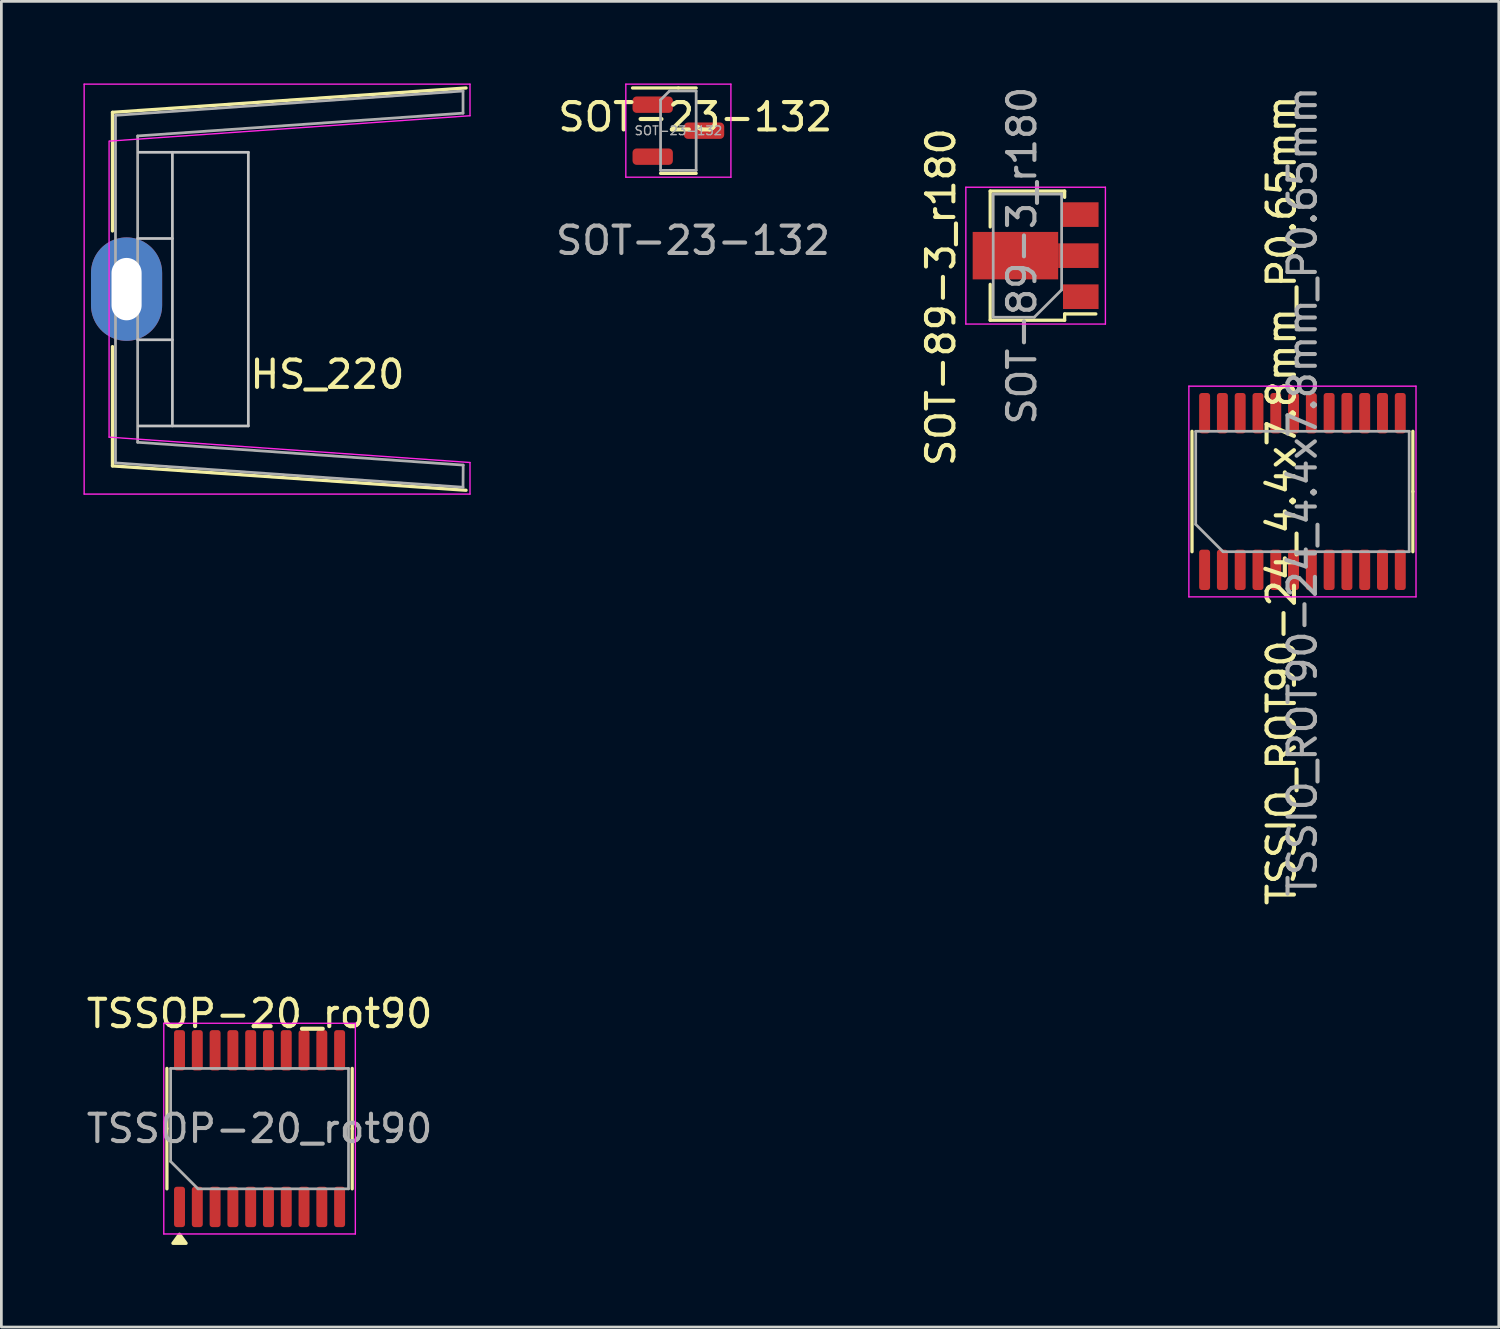
<source format=kicad_pcb>
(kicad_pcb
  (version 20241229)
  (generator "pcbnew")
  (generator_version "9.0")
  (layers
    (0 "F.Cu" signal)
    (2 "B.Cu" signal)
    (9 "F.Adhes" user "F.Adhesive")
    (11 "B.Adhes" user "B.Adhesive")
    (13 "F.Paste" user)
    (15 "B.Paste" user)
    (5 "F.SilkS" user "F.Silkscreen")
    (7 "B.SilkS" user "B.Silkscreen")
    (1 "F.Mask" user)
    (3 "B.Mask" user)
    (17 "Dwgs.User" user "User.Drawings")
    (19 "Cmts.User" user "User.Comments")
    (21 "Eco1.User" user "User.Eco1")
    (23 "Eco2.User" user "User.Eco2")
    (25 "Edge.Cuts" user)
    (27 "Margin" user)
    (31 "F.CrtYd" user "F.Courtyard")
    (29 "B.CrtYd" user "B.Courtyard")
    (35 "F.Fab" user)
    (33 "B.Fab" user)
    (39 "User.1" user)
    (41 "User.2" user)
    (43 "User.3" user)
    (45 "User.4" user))
  (footprint "SOT-23-132"
    (layer "F.Cu")
    (at 21.739 1.725)
    (property "Reference" "SOT-23-132" (at 0.62 -0.5 0) (unlocked yes) (layer "F.SilkS") (effects (font (size 1 1) (thickness 0.15))))
    (attr smd)
    (fp_line (start 0 -1.56) (end -1.675 -1.56) (stroke (width 0.12) (type solid)) (layer "F.SilkS"))
    (fp_line (start 0 -1.56) (end 0.65 -1.56) (stroke (width 0.12) (type solid)) (layer "F.SilkS"))
    (fp_line (start 0 1.56) (end -0.65 1.56) (stroke (width 0.12) (type solid)) (layer "F.SilkS"))
    (fp_line (start 0 1.56) (end 0.65 1.56) (stroke (width 0.12) (type solid)) (layer "F.SilkS"))
    (fp_line (start -1.92 -1.7) (end -1.92 1.7) (stroke (width 0.05) (type solid)) (layer "F.CrtYd"))
    (fp_line (start -1.92 1.7) (end 1.92 1.7) (stroke (width 0.05) (type solid)) (layer "F.CrtYd"))
    (fp_line (start 1.92 -1.7) (end -1.92 -1.7) (stroke (width 0.05) (type solid)) (layer "F.CrtYd"))
    (fp_line (start 1.92 1.7) (end 1.92 -1.7) (stroke (width 0.05) (type solid)) (layer "F.CrtYd"))
    (fp_line (start -0.65 -1.125) (end -0.325 -1.45) (stroke (width 0.1) (type solid)) (layer "F.Fab"))
    (fp_line (start -0.65 1.45) (end -0.65 -1.125) (stroke (width 0.1) (type solid)) (layer "F.Fab"))
    (fp_line (start -0.325 -1.45) (end 0.65 -1.45) (stroke (width 0.1) (type solid)) (layer "F.Fab"))
    (fp_line (start 0.65 -1.45) (end 0.65 1.45) (stroke (width 0.1) (type solid)) (layer "F.Fab"))
    (fp_line (start 0.65 1.45) (end -0.65 1.45) (stroke (width 0.1) (type solid)) (layer "F.Fab"))
    (fp_text user "${REFERENCE}" (at 0.536 4.014 0) (unlocked yes) (layer "F.Fab") (effects (font (size 1 1) (thickness 0.15))))
    (fp_text user "${REFERENCE}" (at 0 0 0) (layer "F.Fab") (effects (font (size 0.32 0.32) (thickness 0.05))))
    (pad "1" smd roundrect (at 0.938 0) (size 1.475 0.6) (layers "F.Cu" "F.Mask" "F.Paste") (roundrect_rratio 0.25))
    (pad "2" smd roundrect (at -0.938 -0.95) (size 1.475 0.6) (layers "F.Cu" "F.Mask" "F.Paste") (roundrect_rratio 0.25))
    (pad "3" smd roundrect (at -0.938 0.95) (size 1.475 0.6) (layers "F.Cu" "F.Mask" "F.Paste") (roundrect_rratio 0.25)))
  (footprint "TSSOP-20_rot90"
    (layer "F.Cu")
    (at 6.435 38.192)
    (property "Reference" "TSSOP-20_rot90" (at 0 -4.2 0) (layer "F.SilkS") (effects (font (size 1 1) (thickness 0.15))))
    (attr smd)
    (fp_line (start -3.385 0) (end -3.385 -2.2) (stroke (width 0.12) (type solid)) (layer "F.SilkS"))
    (fp_line (start -3.385 0) (end -3.385 2.2) (stroke (width 0.12) (type solid)) (layer "F.SilkS"))
    (fp_line (start 3.385 0) (end 3.385 -2.2) (stroke (width 0.12) (type solid)) (layer "F.SilkS"))
    (fp_line (start 3.385 0) (end 3.385 2.2) (stroke (width 0.12) (type solid)) (layer "F.SilkS"))
    (fp_poly (pts (xy -2.925 3.86) (xy -3.165 4.19) (xy -2.685 4.19) (xy -2.925 3.86)) (stroke (width 0.12) (type solid)) (fill yes) (layer "F.SilkS"))
    (fp_line (start -3.5 -3.85) (end -3.5 3.85) (stroke (width 0.05) (type solid)) (layer "F.CrtYd"))
    (fp_line (start -3.5 3.85) (end 3.5 3.85) (stroke (width 0.05) (type solid)) (layer "F.CrtYd"))
    (fp_line (start 3.5 -3.85) (end -3.5 -3.85) (stroke (width 0.05) (type solid)) (layer "F.CrtYd"))
    (fp_line (start 3.5 3.85) (end 3.5 -3.85) (stroke (width 0.05) (type solid)) (layer "F.CrtYd"))
    (fp_line (start -3.25 -2.2) (end 3.25 -2.2) (stroke (width 0.1) (type solid)) (layer "F.Fab"))
    (fp_line (start -3.25 1.2) (end -3.25 -2.2) (stroke (width 0.1) (type solid)) (layer "F.Fab"))
    (fp_line (start -2.25 2.2) (end -3.25 1.2) (stroke (width 0.1) (type solid)) (layer "F.Fab"))
    (fp_line (start 3.25 -2.2) (end 3.25 2.2) (stroke (width 0.1) (type solid)) (layer "F.Fab"))
    (fp_line (start 3.25 2.2) (end -2.25 2.2) (stroke (width 0.1) (type solid)) (layer "F.Fab"))
    (fp_text user "${REFERENCE}" (at 0 0 0) (layer "F.Fab") (effects (font (size 1 1) (thickness 0.15))))
    (pad "1" smd roundrect (at -2.925 2.862 90) (size 1.475 0.4) (layers "F.Cu" "F.Mask" "F.Paste") (roundrect_rratio 0.25))
    (pad "2" smd roundrect (at -2.275 2.862 90) (size 1.475 0.4) (layers "F.Cu" "F.Mask" "F.Paste") (roundrect_rratio 0.25))
    (pad "3" smd roundrect (at -1.625 2.862 90) (size 1.475 0.4) (layers "F.Cu" "F.Mask" "F.Paste") (roundrect_rratio 0.25))
    (pad "4" smd roundrect (at -0.975 2.862 90) (size 1.475 0.4) (layers "F.Cu" "F.Mask" "F.Paste") (roundrect_rratio 0.25))
    (pad "5" smd roundrect (at -0.325 2.862 90) (size 1.475 0.4) (layers "F.Cu" "F.Mask" "F.Paste") (roundrect_rratio 0.25))
    (pad "6" smd roundrect (at 0.325 2.862 90) (size 1.475 0.4) (layers "F.Cu" "F.Mask" "F.Paste") (roundrect_rratio 0.25))
    (pad "7" smd roundrect (at 0.975 2.862 90) (size 1.475 0.4) (layers "F.Cu" "F.Mask" "F.Paste") (roundrect_rratio 0.25))
    (pad "8" smd roundrect (at 1.625 2.862 90) (size 1.475 0.4) (layers "F.Cu" "F.Mask" "F.Paste") (roundrect_rratio 0.25))
    (pad "9" smd roundrect (at 2.275 2.862 90) (size 1.475 0.4) (layers "F.Cu" "F.Mask" "F.Paste") (roundrect_rratio 0.25))
    (pad "10" smd roundrect (at 2.925 2.862 90) (size 1.475 0.4) (layers "F.Cu" "F.Mask" "F.Paste") (roundrect_rratio 0.25))
    (pad "11" smd roundrect (at 2.925 -2.862 90) (size 1.475 0.4) (layers "F.Cu" "F.Mask" "F.Paste") (roundrect_rratio 0.25))
    (pad "12" smd roundrect (at 2.275 -2.862 90) (size 1.475 0.4) (layers "F.Cu" "F.Mask" "F.Paste") (roundrect_rratio 0.25))
    (pad "13" smd roundrect (at 1.625 -2.862 90) (size 1.475 0.4) (layers "F.Cu" "F.Mask" "F.Paste") (roundrect_rratio 0.25))
    (pad "14" smd roundrect (at 0.975 -2.862 90) (size 1.475 0.4) (layers "F.Cu" "F.Mask" "F.Paste") (roundrect_rratio 0.25))
    (pad "15" smd roundrect (at 0.325 -2.862 90) (size 1.475 0.4) (layers "F.Cu" "F.Mask" "F.Paste") (roundrect_rratio 0.25))
    (pad "16" smd roundrect (at -0.325 -2.862 90) (size 1.475 0.4) (layers "F.Cu" "F.Mask" "F.Paste") (roundrect_rratio 0.25))
    (pad "17" smd roundrect (at -0.975 -2.862 90) (size 1.475 0.4) (layers "F.Cu" "F.Mask" "F.Paste") (roundrect_rratio 0.25))
    (pad "18" smd roundrect (at -1.625 -2.862 90) (size 1.475 0.4) (layers "F.Cu" "F.Mask" "F.Paste") (roundrect_rratio 0.25))
    (pad "19" smd roundrect (at -2.275 -2.862 90) (size 1.475 0.4) (layers "F.Cu" "F.Mask" "F.Paste") (roundrect_rratio 0.25))
    (pad "20" smd roundrect (at -2.925 -2.862 90) (size 1.475 0.4) (layers "F.Cu" "F.Mask" "F.Paste") (roundrect_rratio 0.25)))
  (footprint "TSSIO_ROT90-24_4.4x7.8mm_P0.65mm"
    (layer "F.Cu")
    (at 44.544 14.911)
    (property "Reference" "TSSIO_ROT90-24_4.4x7.8mm_P0.65mm" (at -0.765 0.323 90) (unlocked yes) (layer "F.SilkS") (effects (font (size 1 1) (thickness 0.15))))
    (attr smd)
    (fp_line (start -4.035 -2.2) (end -4.035 2.2) (stroke (width 0.12) (type solid)) (layer "F.SilkS"))
    (fp_line (start 4.035 0) (end 4.035 -2.2) (stroke (width 0.12) (type solid)) (layer "F.SilkS"))
    (fp_line (start 4.035 0) (end 4.035 2.2) (stroke (width 0.12) (type solid)) (layer "F.SilkS"))
    (fp_line (start -4.15 -3.85) (end -4.15 3.85) (stroke (width 0.05) (type solid)) (layer "F.CrtYd"))
    (fp_line (start -4.15 3.85) (end 4.15 3.85) (stroke (width 0.05) (type solid)) (layer "F.CrtYd"))
    (fp_line (start 4.15 -3.85) (end -4.15 -3.85) (stroke (width 0.05) (type solid)) (layer "F.CrtYd"))
    (fp_line (start 4.15 3.85) (end 4.15 -3.85) (stroke (width 0.05) (type solid)) (layer "F.CrtYd"))
    (fp_line (start -3.9 -2.2) (end 3.9 -2.2) (stroke (width 0.1) (type solid)) (layer "F.Fab"))
    (fp_line (start -3.9 1.2) (end -3.9 -2.2) (stroke (width 0.1) (type solid)) (layer "F.Fab"))
    (fp_line (start -2.9 2.2) (end -3.9 1.2) (stroke (width 0.1) (type solid)) (layer "F.Fab"))
    (fp_line (start 3.9 -2.2) (end 3.9 2.2) (stroke (width 0.1) (type solid)) (layer "F.Fab"))
    (fp_line (start 3.9 2.2) (end -2.9 2.2) (stroke (width 0.1) (type solid)) (layer "F.Fab"))
    (fp_text user "${REFERENCE}" (at 0 0 90) (layer "F.Fab") (effects (font (size 1 1) (thickness 0.15))))
    (pad "1" smd roundrect (at -3.575 2.862 90) (size 1.475 0.4) (layers "F.Cu" "F.Mask" "F.Paste") (roundrect_rratio 0.25))
    (pad "2" smd roundrect (at -2.925 2.862 90) (size 1.475 0.4) (layers "F.Cu" "F.Mask" "F.Paste") (roundrect_rratio 0.25))
    (pad "3" smd roundrect (at -2.275 2.862 90) (size 1.475 0.4) (layers "F.Cu" "F.Mask" "F.Paste") (roundrect_rratio 0.25))
    (pad "4" smd roundrect (at -1.625 2.862 90) (size 1.475 0.4) (layers "F.Cu" "F.Mask" "F.Paste") (roundrect_rratio 0.25))
    (pad "5" smd roundrect (at -0.975 2.862 90) (size 1.475 0.4) (layers "F.Cu" "F.Mask" "F.Paste") (roundrect_rratio 0.25))
    (pad "6" smd roundrect (at -0.325 2.862 90) (size 1.475 0.4) (layers "F.Cu" "F.Mask" "F.Paste") (roundrect_rratio 0.25))
    (pad "7" smd roundrect (at 0.325 2.862 90) (size 1.475 0.4) (layers "F.Cu" "F.Mask" "F.Paste") (roundrect_rratio 0.25))
    (pad "8" smd roundrect (at 0.975 2.862 90) (size 1.475 0.4) (layers "F.Cu" "F.Mask" "F.Paste") (roundrect_rratio 0.25))
    (pad "9" smd roundrect (at 1.625 2.862 90) (size 1.475 0.4) (layers "F.Cu" "F.Mask" "F.Paste") (roundrect_rratio 0.25))
    (pad "10" smd roundrect (at 2.275 2.862 90) (size 1.475 0.4) (layers "F.Cu" "F.Mask" "F.Paste") (roundrect_rratio 0.25))
    (pad "11" smd roundrect (at 2.925 2.862 90) (size 1.475 0.4) (layers "F.Cu" "F.Mask" "F.Paste") (roundrect_rratio 0.25))
    (pad "12" smd roundrect (at 3.575 2.862 90) (size 1.475 0.4) (layers "F.Cu" "F.Mask" "F.Paste") (roundrect_rratio 0.25))
    (pad "13" smd roundrect (at 3.575 -2.862 90) (size 1.475 0.4) (layers "F.Cu" "F.Mask" "F.Paste") (roundrect_rratio 0.25))
    (pad "14" smd roundrect (at 2.925 -2.862 90) (size 1.475 0.4) (layers "F.Cu" "F.Mask" "F.Paste") (roundrect_rratio 0.25))
    (pad "15" smd roundrect (at 2.275 -2.862 90) (size 1.475 0.4) (layers "F.Cu" "F.Mask" "F.Paste") (roundrect_rratio 0.25))
    (pad "16" smd roundrect (at 1.625 -2.862 90) (size 1.475 0.4) (layers "F.Cu" "F.Mask" "F.Paste") (roundrect_rratio 0.25))
    (pad "17" smd roundrect (at 0.975 -2.862 90) (size 1.475 0.4) (layers "F.Cu" "F.Mask" "F.Paste") (roundrect_rratio 0.25))
    (pad "18" smd roundrect (at 0.325 -2.862 90) (size 1.475 0.4) (layers "F.Cu" "F.Mask" "F.Paste") (roundrect_rratio 0.25))
    (pad "19" smd roundrect (at -0.325 -2.862 90) (size 1.475 0.4) (layers "F.Cu" "F.Mask" "F.Paste") (roundrect_rratio 0.25))
    (pad "20" smd roundrect (at -0.975 -2.862 90) (size 1.475 0.4) (layers "F.Cu" "F.Mask" "F.Paste") (roundrect_rratio 0.25))
    (pad "21" smd roundrect (at -1.625 -2.862 90) (size 1.475 0.4) (layers "F.Cu" "F.Mask" "F.Paste") (roundrect_rratio 0.25))
    (pad "22" smd roundrect (at -2.275 -2.862 90) (size 1.475 0.4) (layers "F.Cu" "F.Mask" "F.Paste") (roundrect_rratio 0.25))
    (pad "23" smd roundrect (at -2.925 -2.862 90) (size 1.475 0.4) (layers "F.Cu" "F.Mask" "F.Paste") (roundrect_rratio 0.25))
    (pad "24" smd roundrect (at -3.575 -2.862 90) (size 1.475 0.4) (layers "F.Cu" "F.Mask" "F.Paste") (roundrect_rratio 0.25)))
  (footprint "HS_220"
    (layer "F.Cu")
    (at 1.575 7.515)
    (property "Reference" "HS_220" (at 7.339 3.118 0) (unlocked yes) (layer "F.SilkS") (effects (font (size 1 1) (thickness 0.15))))
    (attr through_hole)
    (fp_line (start -0.515 -6.46) (end -0.515 -2.125) (stroke (width 0.12) (type solid)) (layer "F.SilkS"))
    (fp_line (start -0.515 -6.46) (end 12.405 -7.35) (stroke (width 0.12) (type solid)) (layer "F.SilkS"))
    (fp_line (start -0.515 2.1) (end -0.515 6.46) (stroke (width 0.12) (type solid)) (layer "F.SilkS"))
    (fp_line (start -0.515 6.46) (end 12.405 7.35) (stroke (width 0.12) (type solid)) (layer "F.SilkS"))
    (fp_line (start 0.405 -1.85) (end 1.675 -1.85) (stroke (width 0.1) (type solid)) (layer "Dwgs.User"))
    (fp_line (start 0.405 1.85) (end 1.675 1.85) (stroke (width 0.1) (type solid)) (layer "Dwgs.User"))
    (fp_line (start 0.45 -5) (end 4.45 -5) (stroke (width 0.1) (type solid)) (layer "Dwgs.User"))
    (fp_line (start 1.675 -5) (end 1.675 5) (stroke (width 0.1) (type solid)) (layer "Dwgs.User"))
    (fp_line (start 4.45 -5) (end 4.45 5) (stroke (width 0.1) (type solid)) (layer "Dwgs.User"))
    (fp_line (start 4.45 5) (end 0.45 5) (stroke (width 0.1) (type solid)) (layer "Dwgs.User"))
    (fp_line (start -1.55 -7.49) (end -1.55 7.49) (stroke (width 0.05) (type solid)) (layer "F.CrtYd"))
    (fp_line (start -1.55 7.49) (end 12.55 7.49) (stroke (width 0.05) (type solid)) (layer "F.CrtYd"))
    (fp_line (start -0.639 -5.409) (end -0.639 5.409) (stroke (width 0.05) (type default)) (layer "F.CrtYd"))
    (fp_line (start -0.639 5.409) (end 12.55 6.336) (stroke (width 0.05) (type default)) (layer "F.CrtYd"))
    (fp_line (start 12.55 -7.49) (end -1.55 -7.49) (stroke (width 0.05) (type solid)) (layer "F.CrtYd"))
    (fp_line (start 12.55 -7.49) (end 12.55 -6.336) (stroke (width 0.05) (type default)) (layer "F.CrtYd"))
    (fp_line (start 12.55 -6.336) (end -0.62 -5.409) (stroke (width 0.05) (type default)) (layer "F.CrtYd"))
    (fp_line (start 12.55 6.336) (end 12.55 7.49) (stroke (width 0.05) (type default)) (layer "F.CrtYd"))
    (fp_line (start -0.405 -6.35) (end -0.405 6.35) (stroke (width 0.1) (type solid)) (layer "F.Fab"))
    (fp_line (start -0.405 -6.35) (end 12.295 -7.24) (stroke (width 0.1) (type solid)) (layer "F.Fab"))
    (fp_line (start 0.405 -5.597) (end 0.405 5.597) (stroke (width 0.1) (type solid)) (layer "F.Fab"))
    (fp_line (start 0.405 -5.597) (end 12.295 -6.43) (stroke (width 0.1) (type solid)) (layer "F.Fab"))
    (fp_line (start 12.295 -6.43) (end 12.295 -7.24) (stroke (width 0.1) (type default)) (layer "F.Fab"))
    (fp_line (start 12.295 7.24) (end -0.405 6.35) (stroke (width 0.1) (type solid)) (layer "F.Fab"))
    (fp_line (start 12.3 6.43) (end 0.405 5.597) (stroke (width 0.1) (type solid)) (layer "F.Fab"))
    (fp_line (start 12.3 6.43) (end 12.295 7.24) (stroke (width 0.1) (type default)) (layer "F.Fab"))
    (pad "1" thru_hole oval (at 0 0) (size 2.6 3.78) (drill oval 1.1 2.28) (layers "*.Cu" "*.Mask")))
  (footprint "SOT-89-3_r180"
    (layer "F.Cu")
    (at 34.794 6.292)
    (property "Reference" "SOT-89-3_r180" (at -3.461 1.515 270) (layer "F.SilkS") (effects (font (size 1 1) (thickness 0.15))))
    (attr smd)
    (fp_line (start -1.66 -2.36) (end 1.06 -2.36) (stroke (width 0.12) (type solid)) (layer "F.SilkS"))
    (fp_line (start -1.66 -1.05) (end -1.66 -2.36) (stroke (width 0.12) (type solid)) (layer "F.SilkS"))
    (fp_line (start -1.66 2.36) (end -1.66 1.05) (stroke (width 0.12) (type solid)) (layer "F.SilkS"))
    (fp_line (start 1.06 -2.36) (end 1.06 -2.13) (stroke (width 0.12) (type solid)) (layer "F.SilkS"))
    (fp_line (start 1.06 2.36) (end -1.66 2.36) (stroke (width 0.12) (type solid)) (layer "F.SilkS"))
    (fp_line (start 1.06 2.36) (end 1.06 2.13) (stroke (width 0.12) (type solid)) (layer "F.SilkS"))
    (fp_line (start 2.2 2.13) (end 1.06 2.13) (stroke (width 0.12) (type solid)) (layer "F.SilkS"))
    (fp_line (start -2.55 2.5) (end -2.55 -2.5) (stroke (width 0.05) (type solid)) (layer "F.CrtYd"))
    (fp_line (start -2.55 2.5) (end 2.55 2.5) (stroke (width 0.05) (type solid)) (layer "F.CrtYd"))
    (fp_line (start 2.55 -2.5) (end -2.55 -2.5) (stroke (width 0.05) (type solid)) (layer "F.CrtYd"))
    (fp_line (start 2.55 -2.5) (end 2.55 2.5) (stroke (width 0.05) (type solid)) (layer "F.CrtYd"))
    (fp_line (start -1.55 -2.25) (end 0.95 -2.25) (stroke (width 0.1) (type solid)) (layer "F.Fab"))
    (fp_line (start -1.55 2.25) (end -1.55 -2.25) (stroke (width 0.1) (type solid)) (layer "F.Fab"))
    (fp_line (start -0.05 2.25) (end -1.55 2.25) (stroke (width 0.1) (type solid)) (layer "F.Fab"))
    (fp_line (start 0.95 -2.25) (end 0.95 1.25) (stroke (width 0.1) (type solid)) (layer "F.Fab"))
    (fp_line (start 0.95 1.25) (end -0.05 2.25) (stroke (width 0.1) (type solid)) (layer "F.Fab"))
    (fp_text user "${REFERENCE}" (at -0.5 0 90) (layer "F.Fab") (effects (font (size 1 1) (thickness 0.15))))
    (pad "1" smd rect (at 1.65 1.5 180) (size 1.3 0.9) (layers "F.Cu" "F.Mask" "F.Paste"))
    (pad "2" smd custom (at 1.562 0 180) (size 1.475 0.9) (layers "F.Cu" "F.Mask" "F.Paste") (options (anchor rect)) (primitives (gr_poly (pts (xy 0.738 -0.867) (xy 3.862 -0.867) (xy 3.862 0.867) (xy 0.738 0.867)) (width 0) (fill yes))))
    (pad "3" smd rect (at 1.65 -1.5 180) (size 1.3 0.9) (layers "F.Cu" "F.Mask" "F.Paste")))
  (gr_rect
    (start -3 -3)
    (end 51.719 45.442)
    (stroke (width 0.1) (type default))
    (fill no)
    (layer "Edge.Cuts")))
</source>
